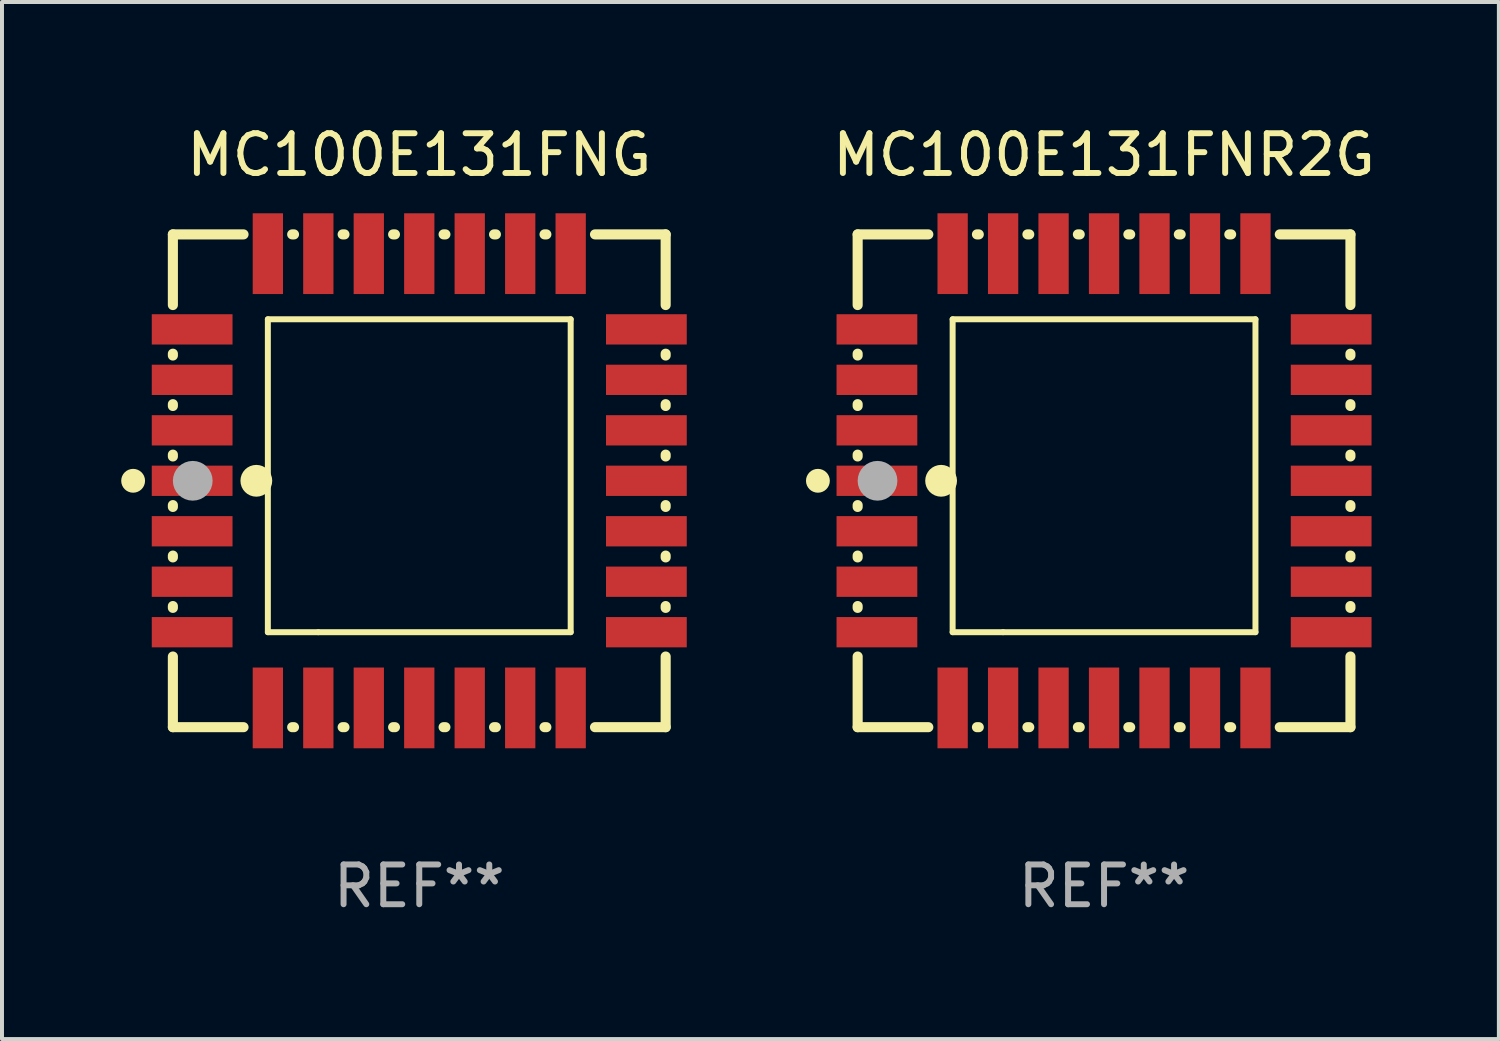
<source format=kicad_pcb>
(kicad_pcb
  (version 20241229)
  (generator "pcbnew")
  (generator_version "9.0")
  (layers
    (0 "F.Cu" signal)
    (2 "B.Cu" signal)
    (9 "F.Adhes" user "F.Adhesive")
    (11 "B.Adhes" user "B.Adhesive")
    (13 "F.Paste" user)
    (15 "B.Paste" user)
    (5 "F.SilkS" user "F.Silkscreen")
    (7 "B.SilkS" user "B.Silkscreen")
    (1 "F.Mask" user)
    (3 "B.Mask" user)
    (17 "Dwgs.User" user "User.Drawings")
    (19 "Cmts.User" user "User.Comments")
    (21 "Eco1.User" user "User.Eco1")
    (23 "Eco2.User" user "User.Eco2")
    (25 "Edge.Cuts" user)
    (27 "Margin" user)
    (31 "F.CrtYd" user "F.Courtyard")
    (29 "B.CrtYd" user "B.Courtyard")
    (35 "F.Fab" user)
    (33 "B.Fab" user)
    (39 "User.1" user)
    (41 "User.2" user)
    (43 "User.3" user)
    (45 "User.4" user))
  (footprint "MC100E131FNG"
    (layer "F.Cu")
    (at 7.5 9.048)
    (property "Reference" "MC100E131FNG" (at 0 -8.2 0) (layer "F.SilkS") (effects (font (size 1 1) (thickness 0.15))))
    (attr through_hole)
    (fp_line (start -6.2 -6.2) (end -4.422 -6.2) (stroke (width 0.254) (type solid)) (layer "F.SilkS"))
    (fp_line (start -6.2 -4.422) (end -6.2 -6.2) (stroke (width 0.254) (type solid)) (layer "F.SilkS"))
    (fp_line (start -6.2 -3.152) (end -6.2 -3.198) (stroke (width 0.254) (type solid)) (layer "F.SilkS"))
    (fp_line (start -6.2 -1.882) (end -6.2 -1.928) (stroke (width 0.254) (type solid)) (layer "F.SilkS"))
    (fp_line (start -6.2 -0.612) (end -6.2 -0.658) (stroke (width 0.254) (type solid)) (layer "F.SilkS"))
    (fp_line (start -6.2 0.658) (end -6.2 0.612) (stroke (width 0.254) (type solid)) (layer "F.SilkS"))
    (fp_line (start -6.2 1.928) (end -6.2 1.882) (stroke (width 0.254) (type solid)) (layer "F.SilkS"))
    (fp_line (start -6.2 3.198) (end -6.2 3.152) (stroke (width 0.254) (type solid)) (layer "F.SilkS"))
    (fp_line (start -6.2 6.2) (end -6.2 4.422) (stroke (width 0.254) (type solid)) (layer "F.SilkS"))
    (fp_line (start -4.422 6.2) (end -6.2 6.2) (stroke (width 0.254) (type solid)) (layer "F.SilkS"))
    (fp_line (start -3.81 -4.064) (end 3.81 -4.064) (stroke (width 0.15) (type solid)) (layer "F.SilkS"))
    (fp_line (start -3.81 3.81) (end -3.81 -4.064) (stroke (width 0.15) (type solid)) (layer "F.SilkS"))
    (fp_line (start -3.198 -6.2) (end -3.152 -6.2) (stroke (width 0.254) (type solid)) (layer "F.SilkS"))
    (fp_line (start -3.152 6.2) (end -3.198 6.2) (stroke (width 0.254) (type solid)) (layer "F.SilkS"))
    (fp_line (start -2.54 3.81) (end -3.81 3.81) (stroke (width 0.15) (type solid)) (layer "F.SilkS"))
    (fp_line (start -1.928 -6.2) (end -1.882 -6.2) (stroke (width 0.254) (type solid)) (layer "F.SilkS"))
    (fp_line (start -1.882 6.2) (end -1.928 6.2) (stroke (width 0.254) (type solid)) (layer "F.SilkS"))
    (fp_line (start -0.658 -6.2) (end -0.612 -6.2) (stroke (width 0.254) (type solid)) (layer "F.SilkS"))
    (fp_line (start -0.612 6.2) (end -0.658 6.2) (stroke (width 0.254) (type solid)) (layer "F.SilkS"))
    (fp_line (start 0.612 -6.2) (end 0.658 -6.2) (stroke (width 0.254) (type solid)) (layer "F.SilkS"))
    (fp_line (start 0.658 6.2) (end 0.612 6.2) (stroke (width 0.254) (type solid)) (layer "F.SilkS"))
    (fp_line (start 1.882 -6.2) (end 1.928 -6.2) (stroke (width 0.254) (type solid)) (layer "F.SilkS"))
    (fp_line (start 1.928 6.2) (end 1.882 6.2) (stroke (width 0.254) (type solid)) (layer "F.SilkS"))
    (fp_line (start 3.152 -6.2) (end 3.198 -6.2) (stroke (width 0.254) (type solid)) (layer "F.SilkS"))
    (fp_line (start 3.198 6.2) (end 3.152 6.2) (stroke (width 0.254) (type solid)) (layer "F.SilkS"))
    (fp_line (start 3.81 -4.064) (end 3.81 3.81) (stroke (width 0.15) (type solid)) (layer "F.SilkS"))
    (fp_line (start 3.81 3.81) (end -2.54 3.81) (stroke (width 0.15) (type solid)) (layer "F.SilkS"))
    (fp_line (start 4.422 -6.2) (end 6.2 -6.2) (stroke (width 0.254) (type solid)) (layer "F.SilkS"))
    (fp_line (start 6.2 -6.2) (end 6.2 -4.422) (stroke (width 0.254) (type solid)) (layer "F.SilkS"))
    (fp_line (start 6.2 -3.198) (end 6.2 -3.152) (stroke (width 0.254) (type solid)) (layer "F.SilkS"))
    (fp_line (start 6.2 -1.928) (end 6.2 -1.882) (stroke (width 0.254) (type solid)) (layer "F.SilkS"))
    (fp_line (start 6.2 -0.658) (end 6.2 -0.612) (stroke (width 0.254) (type solid)) (layer "F.SilkS"))
    (fp_line (start 6.2 0.612) (end 6.2 0.658) (stroke (width 0.254) (type solid)) (layer "F.SilkS"))
    (fp_line (start 6.2 1.882) (end 6.2 1.928) (stroke (width 0.254) (type solid)) (layer "F.SilkS"))
    (fp_line (start 6.2 3.152) (end 6.2 3.198) (stroke (width 0.254) (type solid)) (layer "F.SilkS"))
    (fp_line (start 6.2 4.422) (end 6.2 6.2) (stroke (width 0.254) (type solid)) (layer "F.SilkS"))
    (fp_line (start 6.2 6.2) (end 4.422 6.2) (stroke (width 0.254) (type solid)) (layer "F.SilkS"))
    (fp_circle (center -7.2 0) (end -7.05 0) (stroke (width 0.3) (type solid)) (fill no) (layer "F.SilkS"))
    (fp_circle (center -6.223 6.223) (end -6.193 6.223) (stroke (width 0.06) (type solid)) (fill no) (layer "F.SilkS"))
    (fp_circle (center -4.1 0) (end -3.9 0) (stroke (width 0.4) (type solid)) (fill no) (layer "F.SilkS"))
    (fp_circle (center -5.7 0) (end -5.45 0) (stroke (width 0.5) (type solid)) (fill no) (layer "F.Fab"))
    (fp_text user "REF**" (at 0 10.2 0) (layer "F.Fab") (effects (font (size 1 1) (thickness 0.15))))
    (pad "1" smd rect (at -5.715 0) (size 2.032 0.762) (layers "F.Cu" "F.Mask" "F.Paste"))
    (pad "2" smd rect (at -5.715 1.27) (size 2.032 0.762) (layers "F.Cu" "F.Mask" "F.Paste"))
    (pad "3" smd rect (at -5.715 2.54) (size 2.032 0.762) (layers "F.Cu" "F.Mask" "F.Paste"))
    (pad "4" smd rect (at -5.715 3.81) (size 2.032 0.762) (layers "F.Cu" "F.Mask" "F.Paste"))
    (pad "5" smd rect (at -3.81 5.715) (size 0.762 2.032) (layers "F.Cu" "F.Mask" "F.Paste"))
    (pad "6" smd rect (at -2.54 5.715) (size 0.762 2.032) (layers "F.Cu" "F.Mask" "F.Paste"))
    (pad "7" smd rect (at -1.27 5.715) (size 0.762 2.032) (layers "F.Cu" "F.Mask" "F.Paste"))
    (pad "8" smd rect (at 0 5.715) (size 0.762 2.032) (layers "F.Cu" "F.Mask" "F.Paste"))
    (pad "9" smd rect (at 1.27 5.715) (size 0.762 2.032) (layers "F.Cu" "F.Mask" "F.Paste"))
    (pad "10" smd rect (at 2.54 5.715) (size 0.762 2.032) (layers "F.Cu" "F.Mask" "F.Paste"))
    (pad "11" smd rect (at 3.81 5.715) (size 0.762 2.032) (layers "F.Cu" "F.Mask" "F.Paste"))
    (pad "12" smd rect (at 5.715 3.81) (size 2.032 0.762) (layers "F.Cu" "F.Mask" "F.Paste"))
    (pad "13" smd rect (at 5.715 2.54) (size 2.032 0.762) (layers "F.Cu" "F.Mask" "F.Paste"))
    (pad "14" smd rect (at 5.715 1.27) (size 2.032 0.762) (layers "F.Cu" "F.Mask" "F.Paste"))
    (pad "15" smd rect (at 5.715 0) (size 2.032 0.762) (layers "F.Cu" "F.Mask" "F.Paste"))
    (pad "16" smd rect (at 5.715 -1.27) (size 2.032 0.762) (layers "F.Cu" "F.Mask" "F.Paste"))
    (pad "17" smd rect (at 5.715 -2.54) (size 2.032 0.762) (layers "F.Cu" "F.Mask" "F.Paste"))
    (pad "18" smd rect (at 5.715 -3.81) (size 2.032 0.762) (layers "F.Cu" "F.Mask" "F.Paste"))
    (pad "19" smd rect (at 3.81 -5.715) (size 0.762 2.032) (layers "F.Cu" "F.Mask" "F.Paste"))
    (pad "20" smd rect (at 2.54 -5.715) (size 0.762 2.032) (layers "F.Cu" "F.Mask" "F.Paste"))
    (pad "21" smd rect (at 1.27 -5.715) (size 0.762 2.032) (layers "F.Cu" "F.Mask" "F.Paste"))
    (pad "22" smd rect (at 0 -5.715) (size 0.762 2.032) (layers "F.Cu" "F.Mask" "F.Paste"))
    (pad "23" smd rect (at -1.27 -5.715) (size 0.762 2.032) (layers "F.Cu" "F.Mask" "F.Paste"))
    (pad "24" smd rect (at -2.54 -5.715) (size 0.762 2.032) (layers "F.Cu" "F.Mask" "F.Paste"))
    (pad "25" smd rect (at -3.81 -5.715) (size 0.762 2.032) (layers "F.Cu" "F.Mask" "F.Paste"))
    (pad "26" smd rect (at -5.715 -3.81) (size 2.032 0.762) (layers "F.Cu" "F.Mask" "F.Paste"))
    (pad "27" smd rect (at -5.715 -2.54) (size 2.032 0.762) (layers "F.Cu" "F.Mask" "F.Paste"))
    (pad "28" smd rect (at -5.715 -1.27) (size 2.032 0.762) (layers "F.Cu" "F.Mask" "F.Paste")))
  (footprint "MC100E131FNR2G"
    (layer "F.Cu")
    (at 24.731 9.048)
    (property "Reference" "MC100E131FNR2G" (at 0 -8.2 0) (layer "F.SilkS") (effects (font (size 1 1) (thickness 0.15))))
    (attr through_hole)
    (fp_line (start -6.2 -6.2) (end -4.422 -6.2) (stroke (width 0.254) (type solid)) (layer "F.SilkS"))
    (fp_line (start -6.2 -4.422) (end -6.2 -6.2) (stroke (width 0.254) (type solid)) (layer "F.SilkS"))
    (fp_line (start -6.2 -3.152) (end -6.2 -3.198) (stroke (width 0.254) (type solid)) (layer "F.SilkS"))
    (fp_line (start -6.2 -1.882) (end -6.2 -1.928) (stroke (width 0.254) (type solid)) (layer "F.SilkS"))
    (fp_line (start -6.2 -0.612) (end -6.2 -0.658) (stroke (width 0.254) (type solid)) (layer "F.SilkS"))
    (fp_line (start -6.2 0.658) (end -6.2 0.612) (stroke (width 0.254) (type solid)) (layer "F.SilkS"))
    (fp_line (start -6.2 1.928) (end -6.2 1.882) (stroke (width 0.254) (type solid)) (layer "F.SilkS"))
    (fp_line (start -6.2 3.198) (end -6.2 3.152) (stroke (width 0.254) (type solid)) (layer "F.SilkS"))
    (fp_line (start -6.2 6.2) (end -6.2 4.422) (stroke (width 0.254) (type solid)) (layer "F.SilkS"))
    (fp_line (start -4.422 6.2) (end -6.2 6.2) (stroke (width 0.254) (type solid)) (layer "F.SilkS"))
    (fp_line (start -3.81 -4.064) (end 3.81 -4.064) (stroke (width 0.15) (type solid)) (layer "F.SilkS"))
    (fp_line (start -3.81 3.81) (end -3.81 -4.064) (stroke (width 0.15) (type solid)) (layer "F.SilkS"))
    (fp_line (start -3.198 -6.2) (end -3.152 -6.2) (stroke (width 0.254) (type solid)) (layer "F.SilkS"))
    (fp_line (start -3.152 6.2) (end -3.198 6.2) (stroke (width 0.254) (type solid)) (layer "F.SilkS"))
    (fp_line (start -2.54 3.81) (end -3.81 3.81) (stroke (width 0.15) (type solid)) (layer "F.SilkS"))
    (fp_line (start -1.928 -6.2) (end -1.882 -6.2) (stroke (width 0.254) (type solid)) (layer "F.SilkS"))
    (fp_line (start -1.882 6.2) (end -1.928 6.2) (stroke (width 0.254) (type solid)) (layer "F.SilkS"))
    (fp_line (start -0.658 -6.2) (end -0.612 -6.2) (stroke (width 0.254) (type solid)) (layer "F.SilkS"))
    (fp_line (start -0.612 6.2) (end -0.658 6.2) (stroke (width 0.254) (type solid)) (layer "F.SilkS"))
    (fp_line (start 0.612 -6.2) (end 0.658 -6.2) (stroke (width 0.254) (type solid)) (layer "F.SilkS"))
    (fp_line (start 0.658 6.2) (end 0.612 6.2) (stroke (width 0.254) (type solid)) (layer "F.SilkS"))
    (fp_line (start 1.882 -6.2) (end 1.928 -6.2) (stroke (width 0.254) (type solid)) (layer "F.SilkS"))
    (fp_line (start 1.928 6.2) (end 1.882 6.2) (stroke (width 0.254) (type solid)) (layer "F.SilkS"))
    (fp_line (start 3.152 -6.2) (end 3.198 -6.2) (stroke (width 0.254) (type solid)) (layer "F.SilkS"))
    (fp_line (start 3.198 6.2) (end 3.152 6.2) (stroke (width 0.254) (type solid)) (layer "F.SilkS"))
    (fp_line (start 3.81 -4.064) (end 3.81 3.81) (stroke (width 0.15) (type solid)) (layer "F.SilkS"))
    (fp_line (start 3.81 3.81) (end -2.54 3.81) (stroke (width 0.15) (type solid)) (layer "F.SilkS"))
    (fp_line (start 4.422 -6.2) (end 6.2 -6.2) (stroke (width 0.254) (type solid)) (layer "F.SilkS"))
    (fp_line (start 6.2 -6.2) (end 6.2 -4.422) (stroke (width 0.254) (type solid)) (layer "F.SilkS"))
    (fp_line (start 6.2 -3.198) (end 6.2 -3.152) (stroke (width 0.254) (type solid)) (layer "F.SilkS"))
    (fp_line (start 6.2 -1.928) (end 6.2 -1.882) (stroke (width 0.254) (type solid)) (layer "F.SilkS"))
    (fp_line (start 6.2 -0.658) (end 6.2 -0.612) (stroke (width 0.254) (type solid)) (layer "F.SilkS"))
    (fp_line (start 6.2 0.612) (end 6.2 0.658) (stroke (width 0.254) (type solid)) (layer "F.SilkS"))
    (fp_line (start 6.2 1.882) (end 6.2 1.928) (stroke (width 0.254) (type solid)) (layer "F.SilkS"))
    (fp_line (start 6.2 3.152) (end 6.2 3.198) (stroke (width 0.254) (type solid)) (layer "F.SilkS"))
    (fp_line (start 6.2 4.422) (end 6.2 6.2) (stroke (width 0.254) (type solid)) (layer "F.SilkS"))
    (fp_line (start 6.2 6.2) (end 4.422 6.2) (stroke (width 0.254) (type solid)) (layer "F.SilkS"))
    (fp_circle (center -7.2 0) (end -7.05 0) (stroke (width 0.3) (type solid)) (fill no) (layer "F.SilkS"))
    (fp_circle (center -6.223 6.223) (end -6.193 6.223) (stroke (width 0.06) (type solid)) (fill no) (layer "F.SilkS"))
    (fp_circle (center -4.1 0) (end -3.9 0) (stroke (width 0.4) (type solid)) (fill no) (layer "F.SilkS"))
    (fp_circle (center -5.7 0) (end -5.45 0) (stroke (width 0.5) (type solid)) (fill no) (layer "F.Fab"))
    (fp_text user "REF**" (at 0 10.2 0) (layer "F.Fab") (effects (font (size 1 1) (thickness 0.15))))
    (pad "1" smd rect (at -5.715 0) (size 2.032 0.762) (layers "F.Cu" "F.Mask" "F.Paste"))
    (pad "2" smd rect (at -5.715 1.27) (size 2.032 0.762) (layers "F.Cu" "F.Mask" "F.Paste"))
    (pad "3" smd rect (at -5.715 2.54) (size 2.032 0.762) (layers "F.Cu" "F.Mask" "F.Paste"))
    (pad "4" smd rect (at -5.715 3.81) (size 2.032 0.762) (layers "F.Cu" "F.Mask" "F.Paste"))
    (pad "5" smd rect (at -3.81 5.715) (size 0.762 2.032) (layers "F.Cu" "F.Mask" "F.Paste"))
    (pad "6" smd rect (at -2.54 5.715) (size 0.762 2.032) (layers "F.Cu" "F.Mask" "F.Paste"))
    (pad "7" smd rect (at -1.27 5.715) (size 0.762 2.032) (layers "F.Cu" "F.Mask" "F.Paste"))
    (pad "8" smd rect (at 0 5.715) (size 0.762 2.032) (layers "F.Cu" "F.Mask" "F.Paste"))
    (pad "9" smd rect (at 1.27 5.715) (size 0.762 2.032) (layers "F.Cu" "F.Mask" "F.Paste"))
    (pad "10" smd rect (at 2.54 5.715) (size 0.762 2.032) (layers "F.Cu" "F.Mask" "F.Paste"))
    (pad "11" smd rect (at 3.81 5.715) (size 0.762 2.032) (layers "F.Cu" "F.Mask" "F.Paste"))
    (pad "12" smd rect (at 5.715 3.81) (size 2.032 0.762) (layers "F.Cu" "F.Mask" "F.Paste"))
    (pad "13" smd rect (at 5.715 2.54) (size 2.032 0.762) (layers "F.Cu" "F.Mask" "F.Paste"))
    (pad "14" smd rect (at 5.715 1.27) (size 2.032 0.762) (layers "F.Cu" "F.Mask" "F.Paste"))
    (pad "15" smd rect (at 5.715 0) (size 2.032 0.762) (layers "F.Cu" "F.Mask" "F.Paste"))
    (pad "16" smd rect (at 5.715 -1.27) (size 2.032 0.762) (layers "F.Cu" "F.Mask" "F.Paste"))
    (pad "17" smd rect (at 5.715 -2.54) (size 2.032 0.762) (layers "F.Cu" "F.Mask" "F.Paste"))
    (pad "18" smd rect (at 5.715 -3.81) (size 2.032 0.762) (layers "F.Cu" "F.Mask" "F.Paste"))
    (pad "19" smd rect (at 3.81 -5.715) (size 0.762 2.032) (layers "F.Cu" "F.Mask" "F.Paste"))
    (pad "20" smd rect (at 2.54 -5.715) (size 0.762 2.032) (layers "F.Cu" "F.Mask" "F.Paste"))
    (pad "21" smd rect (at 1.27 -5.715) (size 0.762 2.032) (layers "F.Cu" "F.Mask" "F.Paste"))
    (pad "22" smd rect (at 0 -5.715) (size 0.762 2.032) (layers "F.Cu" "F.Mask" "F.Paste"))
    (pad "23" smd rect (at -1.27 -5.715) (size 0.762 2.032) (layers "F.Cu" "F.Mask" "F.Paste"))
    (pad "24" smd rect (at -2.54 -5.715) (size 0.762 2.032) (layers "F.Cu" "F.Mask" "F.Paste"))
    (pad "25" smd rect (at -3.81 -5.715) (size 0.762 2.032) (layers "F.Cu" "F.Mask" "F.Paste"))
    (pad "26" smd rect (at -5.715 -3.81) (size 2.032 0.762) (layers "F.Cu" "F.Mask" "F.Paste"))
    (pad "27" smd rect (at -5.715 -2.54) (size 2.032 0.762) (layers "F.Cu" "F.Mask" "F.Paste"))
    (pad "28" smd rect (at -5.715 -1.27) (size 2.032 0.762) (layers "F.Cu" "F.Mask" "F.Paste")))
  (gr_rect
    (start -3 -3)
    (end 34.666 23.096)
    (stroke (width 0.1) (type default))
    (fill no)
    (layer "Edge.Cuts")))
</source>
